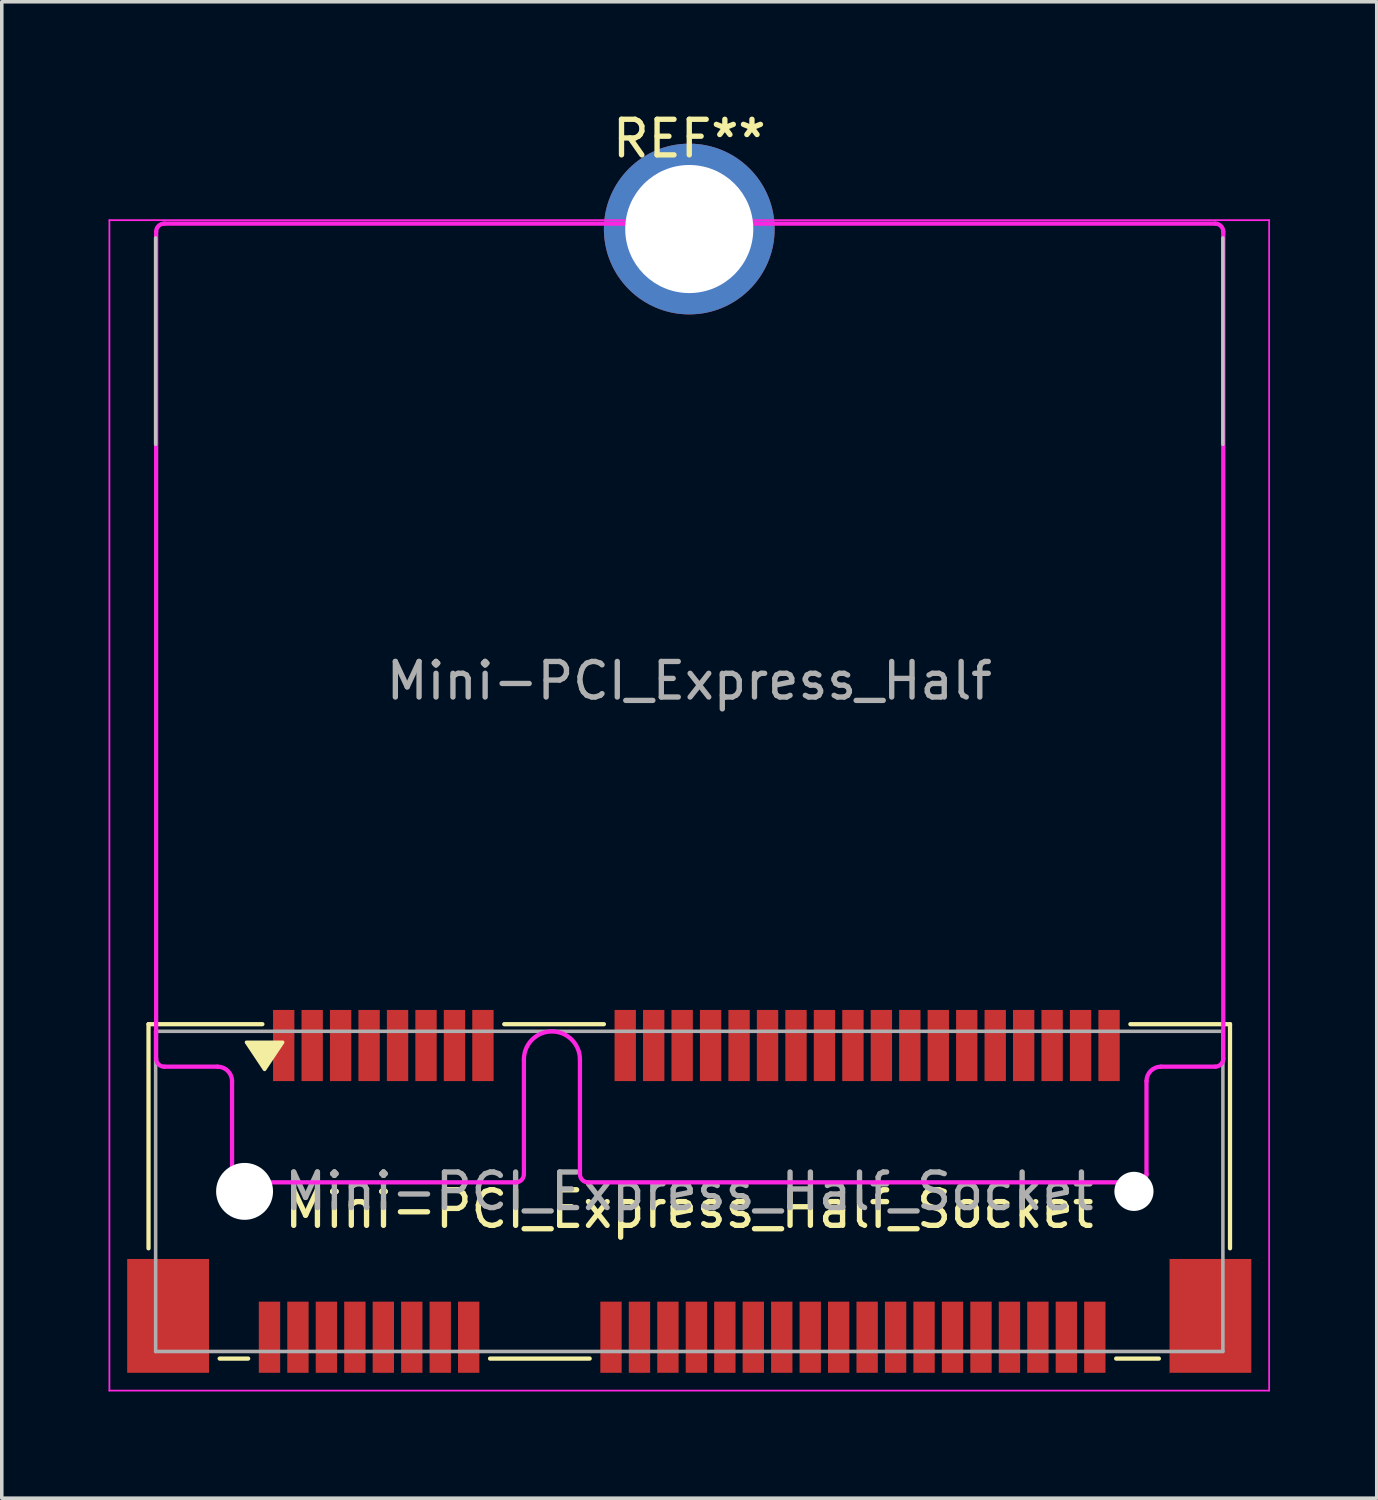
<source format=kicad_pcb>
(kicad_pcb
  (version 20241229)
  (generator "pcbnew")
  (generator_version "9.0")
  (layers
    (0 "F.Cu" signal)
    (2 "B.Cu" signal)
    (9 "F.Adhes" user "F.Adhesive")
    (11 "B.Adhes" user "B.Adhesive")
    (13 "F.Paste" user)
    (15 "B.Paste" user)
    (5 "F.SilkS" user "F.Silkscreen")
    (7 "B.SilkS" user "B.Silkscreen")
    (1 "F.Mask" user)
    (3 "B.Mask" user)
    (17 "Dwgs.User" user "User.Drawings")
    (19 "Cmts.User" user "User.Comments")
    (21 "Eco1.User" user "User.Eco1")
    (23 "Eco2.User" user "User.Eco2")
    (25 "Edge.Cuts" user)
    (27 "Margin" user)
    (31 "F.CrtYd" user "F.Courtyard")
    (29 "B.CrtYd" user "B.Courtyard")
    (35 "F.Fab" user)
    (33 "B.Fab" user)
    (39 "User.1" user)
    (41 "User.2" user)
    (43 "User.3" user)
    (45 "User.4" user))
  (footprint "Mini-PCI_Express_Half_Socket"
    (layer "F.Cu")
    (at 16.325 30.439)
    (property "Reference" "Mini-PCI_Express_Half_Socket" (at 0 0.5 0) (layer "F.SilkS") (effects (font (size 1 1) (thickness 0.15))))
    (attr through_hole)
    (fp_line (start -15.2 -4.7) (end -15.2 1.6) (stroke (width 0.12) (type solid)) (layer "F.SilkS"))
    (fp_line (start -13.2 4.7) (end -12.4 4.7) (stroke (width 0.12) (type solid)) (layer "F.SilkS"))
    (fp_line (start -12 -4.7) (end -15.2 -4.7) (stroke (width 0.12) (type solid)) (layer "F.SilkS"))
    (fp_line (start -5.6 4.7) (end -2.8 4.7) (stroke (width 0.12) (type solid)) (layer "F.SilkS"))
    (fp_line (start -2.4 -4.7) (end -5.2 -4.7) (stroke (width 0.12) (type solid)) (layer "F.SilkS"))
    (fp_line (start 12 4.7) (end 13.2 4.7) (stroke (width 0.12) (type solid)) (layer "F.SilkS"))
    (fp_line (start 15.2 -4.7) (end 12.4 -4.7) (stroke (width 0.12) (type solid)) (layer "F.SilkS"))
    (fp_line (start 15.2 1.6) (end 15.2 -4.7) (stroke (width 0.12) (type solid)) (layer "F.SilkS"))
    (fp_poly (pts (xy -11.938 -3.429) (xy -12.446 -4.191) (xy -11.43 -4.191)) (stroke (width 0.1) (type solid)) (fill yes) (layer "F.SilkS"))
    (fp_line (start -15 -26.8) (end -15 -21) (stroke (width 0.1) (type solid)) (layer "Dwgs.User"))
    (fp_line (start 15 -26.8) (end 15 -21) (stroke (width 0.1) (type solid)) (layer "Dwgs.User"))
    (fp_line (start -16.3 -27.3) (end 16.3 -27.3) (stroke (width 0.05) (type solid)) (layer "F.CrtYd"))
    (fp_line (start -16.3 5.6) (end -16.3 -27.3) (stroke (width 0.05) (type solid)) (layer "F.CrtYd"))
    (fp_line (start -14.986 -26.975) (end -14.986 -3.734) (stroke (width 0.12) (type solid)) (layer "F.CrtYd"))
    (fp_line (start -13.259 -3.505) (end -14.757 -3.505) (stroke (width 0.12) (type solid)) (layer "F.CrtYd"))
    (fp_line (start -12.852 -3.099) (end -12.852 -0.483) (stroke (width 0.12) (type solid)) (layer "F.CrtYd"))
    (fp_line (start -4.877 -0.254) (end -12.624 -0.254) (stroke (width 0.12) (type solid)) (layer "F.CrtYd"))
    (fp_line (start -4.648 -3.708) (end -4.648 -0.483) (stroke (width 0.12) (type solid)) (layer "F.CrtYd"))
    (fp_line (start -3.073 -3.708) (end -3.073 -0.483) (stroke (width 0.12) (type solid)) (layer "F.CrtYd"))
    (fp_line (start -2.845 -0.254) (end 12.624 -0.254) (stroke (width 0.12) (type solid)) (layer "F.CrtYd"))
    (fp_line (start -1.295 -27.203) (end -14.757 -27.203) (stroke (width 0.12) (type solid)) (layer "F.CrtYd"))
    (fp_line (start -1.295 -27.203) (end -1.143 -27.051) (stroke (width 0.12) (type solid)) (layer "F.CrtYd"))
    (fp_line (start 1.295 -27.203) (end 1.143 -27.051) (stroke (width 0.12) (type solid)) (layer "F.CrtYd"))
    (fp_line (start 1.295 -27.203) (end 14.783 -27.203) (stroke (width 0.12) (type solid)) (layer "F.CrtYd"))
    (fp_line (start 12.852 -0.483) (end 12.852 -3.099) (stroke (width 0.12) (type solid)) (layer "F.CrtYd"))
    (fp_line (start 13.259 -3.505) (end 14.783 -3.505) (stroke (width 0.12) (type solid)) (layer "F.CrtYd"))
    (fp_line (start 15.011 -3.734) (end 15.011 -26.975) (stroke (width 0.12) (type solid)) (layer "F.CrtYd"))
    (fp_line (start 16.3 -27.3) (end 16.3 5.6) (stroke (width 0.05) (type solid)) (layer "F.CrtYd"))
    (fp_line (start 16.3 5.6) (end -16.3 5.6) (stroke (width 0.05) (type solid)) (layer "F.CrtYd"))
    (fp_arc (start -14.986 -26.9748) (mid -14.919045 -27.136445) (end -14.7574 -27.2034) (stroke (width 0.12) (type solid)) (layer "F.CrtYd"))
    (fp_arc (start -14.7574 -3.5052) (mid -14.919045 -3.572155) (end -14.986 -3.7338) (stroke (width 0.12) (type solid)) (layer "F.CrtYd"))
    (fp_arc (start -13.2588 -3.5052) (mid -12.971432 -3.386168) (end -12.8524 -3.0988) (stroke (width 0.12) (type solid)) (layer "F.CrtYd"))
    (fp_arc (start -12.6238 -0.254) (mid -12.785445 -0.320955) (end -12.8524 -0.4826) (stroke (width 0.12) (type solid)) (layer "F.CrtYd"))
    (fp_arc (start -4.6482 -3.7084) (mid -3.8608 -4.4958) (end -3.0734 -3.7084) (stroke (width 0.12) (type solid)) (layer "F.CrtYd"))
    (fp_arc (start -4.6482 -0.4826) (mid -4.715155 -0.320955) (end -4.8768 -0.254) (stroke (width 0.12) (type solid)) (layer "F.CrtYd"))
    (fp_arc (start -2.8448 -0.254) (mid -3.006445 -0.320955) (end -3.0734 -0.4826) (stroke (width 0.12) (type solid)) (layer "F.CrtYd"))
    (fp_arc (start 1.143 -27.051) (mid 0 -25.908) (end -1.143 -27.051) (stroke (width 0.12) (type solid)) (layer "F.CrtYd"))
    (fp_arc (start 12.8524 -3.0988) (mid 12.971432 -3.386168) (end 13.2588 -3.5052) (stroke (width 0.12) (type solid)) (layer "F.CrtYd"))
    (fp_arc (start 12.8524 -0.4826) (mid 12.785445 -0.320955) (end 12.6238 -0.254) (stroke (width 0.12) (type solid)) (layer "F.CrtYd"))
    (fp_arc (start 14.7828 -27.2034) (mid 14.944445 -27.136445) (end 15.0114 -26.9748) (stroke (width 0.12) (type solid)) (layer "F.CrtYd"))
    (fp_arc (start 15.0114 -3.7338) (mid 14.944445 -3.572155) (end 14.7828 -3.5052) (stroke (width 0.12) (type solid)) (layer "F.CrtYd"))
    (fp_line (start -15 -4.5) (end -15 4.5) (stroke (width 0.1) (type solid)) (layer "F.Fab"))
    (fp_line (start -15 4.5) (end 15 4.5) (stroke (width 0.1) (type solid)) (layer "F.Fab"))
    (fp_line (start 15 -4.5) (end -15 -4.5) (stroke (width 0.1) (type solid)) (layer "F.Fab"))
    (fp_line (start 15 4.5) (end 15 -4.5) (stroke (width 0.1) (type solid)) (layer "F.Fab"))
    (fp_text user "REF**" (at 0 -29.591 0) (layer "F.SilkS") (effects (font (size 1 1) (thickness 0.15))))
    (fp_text user "${REFERENCE}" (at 0 0 0) (layer "F.Fab") (effects (font (size 1 1) (thickness 0.15))))
    (fp_text user "Mini-PCI_Express_Half" (at 0 -14.351 0) (layer "F.Fab") (effects (font (size 1 1) (thickness 0.15))))
    (pad "" np_thru_hole circle (at -12.5 0) (size 1.6 1.6) (drill 1.6) (layers "*.Cu" "*.Mask"))
    (pad "" np_thru_hole circle (at 12.5 0) (size 1.1 1.1) (drill 1.1) (layers "*.Cu" "*.Mask"))
    (pad "1" smd rect (at -11.8 4.1) (size 0.6 2) (layers "F.Cu" "F.Mask" "F.Paste"))
    (pad "2" smd rect (at -11.4 -4.1) (size 0.6 2) (layers "F.Cu" "F.Mask" "F.Paste"))
    (pad "3" smd rect (at -11 4.1) (size 0.6 2) (layers "F.Cu" "F.Mask" "F.Paste"))
    (pad "4" smd rect (at -10.6 -4.1) (size 0.6 2) (layers "F.Cu" "F.Mask" "F.Paste"))
    (pad "5" smd rect (at -10.2 4.1) (size 0.6 2) (layers "F.Cu" "F.Mask" "F.Paste"))
    (pad "6" smd rect (at -9.8 -4.1) (size 0.6 2) (layers "F.Cu" "F.Mask" "F.Paste"))
    (pad "7" smd rect (at -9.4 4.1) (size 0.6 2) (layers "F.Cu" "F.Mask" "F.Paste"))
    (pad "8" smd rect (at -9 -4.1) (size 0.6 2) (layers "F.Cu" "F.Mask" "F.Paste"))
    (pad "9" smd rect (at -8.6 4.1) (size 0.6 2) (layers "F.Cu" "F.Mask" "F.Paste"))
    (pad "10" smd rect (at -8.2 -4.1) (size 0.6 2) (layers "F.Cu" "F.Mask" "F.Paste"))
    (pad "11" smd rect (at -7.8 4.1) (size 0.6 2) (layers "F.Cu" "F.Mask" "F.Paste"))
    (pad "12" smd rect (at -7.4 -4.1) (size 0.6 2) (layers "F.Cu" "F.Mask" "F.Paste"))
    (pad "13" smd rect (at -7 4.1) (size 0.6 2) (layers "F.Cu" "F.Mask" "F.Paste"))
    (pad "14" smd rect (at -6.6 -4.1) (size 0.6 2) (layers "F.Cu" "F.Mask" "F.Paste"))
    (pad "15" smd rect (at -6.2 4.1) (size 0.6 2) (layers "F.Cu" "F.Mask" "F.Paste"))
    (pad "16" smd rect (at -5.8 -4.1) (size 0.6 2) (layers "F.Cu" "F.Mask" "F.Paste"))
    (pad "17" smd rect (at -2.2 4.1) (size 0.6 2) (layers "F.Cu" "F.Mask" "F.Paste"))
    (pad "18" smd rect (at -1.8 -4.1) (size 0.6 2) (layers "F.Cu" "F.Mask" "F.Paste"))
    (pad "19" smd rect (at -1.4 4.1) (size 0.6 2) (layers "F.Cu" "F.Mask" "F.Paste"))
    (pad "20" smd rect (at -1 -4.1) (size 0.6 2) (layers "F.Cu" "F.Mask" "F.Paste"))
    (pad "21" smd rect (at -0.6 4.1) (size 0.6 2) (layers "F.Cu" "F.Mask" "F.Paste"))
    (pad "22" smd rect (at -0.2 -4.1) (size 0.6 2) (layers "F.Cu" "F.Mask" "F.Paste"))
    (pad "23" smd rect (at 0.2 4.1) (size 0.6 2) (layers "F.Cu" "F.Mask" "F.Paste"))
    (pad "24" smd rect (at 0.6 -4.1) (size 0.6 2) (layers "F.Cu" "F.Mask" "F.Paste"))
    (pad "25" smd rect (at 1 4.1) (size 0.6 2) (layers "F.Cu" "F.Mask" "F.Paste"))
    (pad "26" smd rect (at 1.4 -4.1) (size 0.6 2) (layers "F.Cu" "F.Mask" "F.Paste"))
    (pad "27" smd rect (at 1.8 4.1) (size 0.6 2) (layers "F.Cu" "F.Mask" "F.Paste"))
    (pad "28" smd rect (at 2.2 -4.1) (size 0.6 2) (layers "F.Cu" "F.Mask" "F.Paste"))
    (pad "29" smd rect (at 2.6 4.1) (size 0.6 2) (layers "F.Cu" "F.Mask" "F.Paste"))
    (pad "30" smd rect (at 3 -4.1) (size 0.6 2) (layers "F.Cu" "F.Mask" "F.Paste"))
    (pad "31" smd rect (at 3.4 4.1) (size 0.6 2) (layers "F.Cu" "F.Mask" "F.Paste"))
    (pad "32" smd rect (at 3.8 -4.1) (size 0.6 2) (layers "F.Cu" "F.Mask" "F.Paste"))
    (pad "33" smd rect (at 4.2 4.1) (size 0.6 2) (layers "F.Cu" "F.Mask" "F.Paste"))
    (pad "34" smd rect (at 4.6 -4.1) (size 0.6 2) (layers "F.Cu" "F.Mask" "F.Paste"))
    (pad "35" smd rect (at 5 4.1) (size 0.6 2) (layers "F.Cu" "F.Mask" "F.Paste"))
    (pad "36" smd rect (at 5.4 -4.1) (size 0.6 2) (layers "F.Cu" "F.Mask" "F.Paste"))
    (pad "37" smd rect (at 5.8 4.1) (size 0.6 2) (layers "F.Cu" "F.Mask" "F.Paste"))
    (pad "38" smd rect (at 6.2 -4.1) (size 0.6 2) (layers "F.Cu" "F.Mask" "F.Paste"))
    (pad "39" smd rect (at 6.6 4.1) (size 0.6 2) (layers "F.Cu" "F.Mask" "F.Paste"))
    (pad "40" smd rect (at 7 -4.1) (size 0.6 2) (layers "F.Cu" "F.Mask" "F.Paste"))
    (pad "41" smd rect (at 7.4 4.1) (size 0.6 2) (layers "F.Cu" "F.Mask" "F.Paste"))
    (pad "42" smd rect (at 7.8 -4.1) (size 0.6 2) (layers "F.Cu" "F.Mask" "F.Paste"))
    (pad "43" smd rect (at 8.2 4.1) (size 0.6 2) (layers "F.Cu" "F.Mask" "F.Paste"))
    (pad "44" smd rect (at 8.6 -4.1) (size 0.6 2) (layers "F.Cu" "F.Mask" "F.Paste"))
    (pad "45" smd rect (at 9 4.1) (size 0.6 2) (layers "F.Cu" "F.Mask" "F.Paste"))
    (pad "46" smd rect (at 9.4 -4.1) (size 0.6 2) (layers "F.Cu" "F.Mask" "F.Paste"))
    (pad "47" smd rect (at 9.8 4.1) (size 0.6 2) (layers "F.Cu" "F.Mask" "F.Paste"))
    (pad "48" smd rect (at 10.2 -4.1) (size 0.6 2) (layers "F.Cu" "F.Mask" "F.Paste"))
    (pad "49" smd rect (at 10.6 4.1) (size 0.6 2) (layers "F.Cu" "F.Mask" "F.Paste"))
    (pad "50" smd rect (at 11 -4.1) (size 0.6 2) (layers "F.Cu" "F.Mask" "F.Paste"))
    (pad "51" smd rect (at 11.4 4.1) (size 0.6 2) (layers "F.Cu" "F.Mask" "F.Paste"))
    (pad "52" smd rect (at 11.8 -4.1) (size 0.6 2) (layers "F.Cu" "F.Mask" "F.Paste"))
    (pad "MP" smd rect (at -14.65 3.5) (size 2.3 3.2) (layers "F.Cu" "F.Mask" "F.Paste"))
    (pad "MP" thru_hole circle (at 0 -27.051) (size 4.8 4.8) (drill 3.6) (layers "*.Cu" "*.Mask"))
    (pad "MP" smd rect (at 14.65 3.5) (size 2.3 3.2) (layers "F.Cu" "F.Mask" "F.Paste")))
  (gr_rect
    (start -3 -3)
    (end 35.65 39.064)
    (stroke (width 0.1) (type default))
    (fill no)
    (layer "Edge.Cuts")))
</source>
